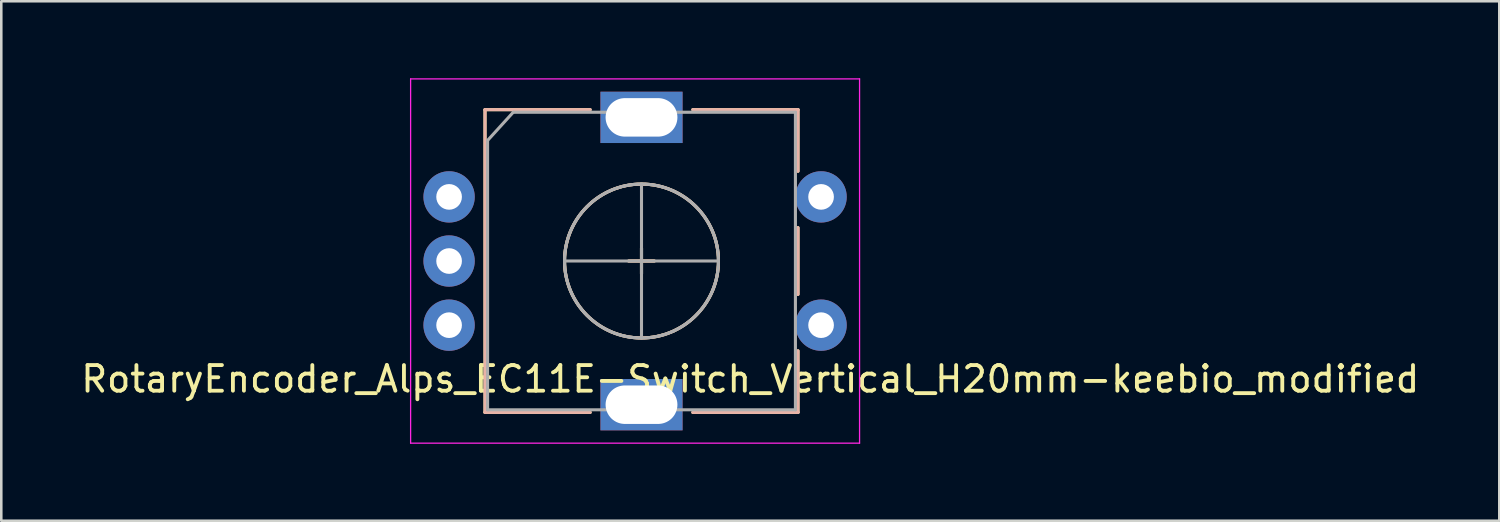
<source format=kicad_pcb>
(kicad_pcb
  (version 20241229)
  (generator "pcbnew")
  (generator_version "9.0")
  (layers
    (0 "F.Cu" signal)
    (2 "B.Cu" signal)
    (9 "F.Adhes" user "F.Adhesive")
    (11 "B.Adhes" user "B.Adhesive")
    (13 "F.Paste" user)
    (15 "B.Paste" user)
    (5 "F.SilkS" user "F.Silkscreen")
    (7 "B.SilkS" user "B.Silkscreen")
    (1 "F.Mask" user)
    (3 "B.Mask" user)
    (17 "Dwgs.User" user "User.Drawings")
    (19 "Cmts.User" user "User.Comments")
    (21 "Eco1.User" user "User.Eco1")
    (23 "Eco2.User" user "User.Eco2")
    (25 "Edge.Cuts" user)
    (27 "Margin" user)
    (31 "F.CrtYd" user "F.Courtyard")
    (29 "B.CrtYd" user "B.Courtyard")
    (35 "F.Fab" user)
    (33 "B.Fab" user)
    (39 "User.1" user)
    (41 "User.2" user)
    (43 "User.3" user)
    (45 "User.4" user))
  (footprint "RotaryEncoder_Alps_EC11E-Switch_Vertical_H20mm-keebio_modified"
    (layer "F.Cu")
    (at 21.956 7.125)
    (property "Reference" "RotaryEncoder_Alps_EC11E-Switch_Vertical_H20mm-keebio_modified" (at 4.24 4.6 0) (layer "F.SilkS") (effects (font (size 1 1) (thickness 0.15))))
    (attr through_hole)
    (fp_line (start -6.1 -5.9) (end -6.1 5.9) (stroke (width 0.12) (type solid)) (layer "F.SilkS"))
    (fp_line (start -2 -5.9) (end -6.1 -5.9) (stroke (width 0.12) (type solid)) (layer "F.SilkS"))
    (fp_line (start -2 5.9) (end -6.1 5.9) (stroke (width 0.12) (type solid)) (layer "F.SilkS"))
    (fp_line (start -0.5 0) (end 0.5 0) (stroke (width 0.12) (type solid)) (layer "F.SilkS"))
    (fp_line (start 0 -0.5) (end 0 0.5) (stroke (width 0.12) (type solid)) (layer "F.SilkS"))
    (fp_line (start 2 -5.9) (end 6.1 -5.9) (stroke (width 0.12) (type solid)) (layer "F.SilkS"))
    (fp_line (start 6.1 -5.9) (end 6.1 -3.5) (stroke (width 0.12) (type solid)) (layer "F.SilkS"))
    (fp_line (start 6.1 -1.3) (end 6.1 1.3) (stroke (width 0.12) (type solid)) (layer "F.SilkS"))
    (fp_line (start 6.1 3.5) (end 6.1 5.9) (stroke (width 0.12) (type solid)) (layer "F.SilkS"))
    (fp_line (start 6.1 5.9) (end 2 5.9) (stroke (width 0.12) (type solid)) (layer "F.SilkS"))
    (fp_circle (center 0 0) (end 3 0) (stroke (width 0.12) (type solid)) (fill no) (layer "F.SilkS"))
    (fp_line (start -6.1 -5.9) (end -6.1 5.9) (stroke (width 0.12) (type solid)) (layer "B.SilkS"))
    (fp_line (start -2 -5.9) (end -6.1 -5.9) (stroke (width 0.12) (type solid)) (layer "B.SilkS"))
    (fp_line (start -2 5.9) (end -6.1 5.9) (stroke (width 0.12) (type solid)) (layer "B.SilkS"))
    (fp_line (start -0.5 0) (end 0.5 0) (stroke (width 0.12) (type solid)) (layer "B.SilkS"))
    (fp_line (start 0 -0.5) (end 0 0.5) (stroke (width 0.12) (type solid)) (layer "B.SilkS"))
    (fp_line (start 2 -5.9) (end 6.1 -5.9) (stroke (width 0.12) (type solid)) (layer "B.SilkS"))
    (fp_line (start 6.1 -5.9) (end 6.1 -3.5) (stroke (width 0.12) (type solid)) (layer "B.SilkS"))
    (fp_line (start 6.1 -1.3) (end 6.1 1.3) (stroke (width 0.12) (type solid)) (layer "B.SilkS"))
    (fp_line (start 6.1 3.5) (end 6.1 5.9) (stroke (width 0.12) (type solid)) (layer "B.SilkS"))
    (fp_line (start 6.1 5.9) (end 2 5.9) (stroke (width 0.12) (type solid)) (layer "B.SilkS"))
    (fp_circle (center 0 0) (end 3 0) (stroke (width 0.12) (type solid)) (fill no) (layer "B.SilkS"))
    (fp_line (start -9 -7.1) (end -9 7.1) (stroke (width 0.05) (type solid)) (layer "F.CrtYd"))
    (fp_line (start -9 -7.1) (end 8.5 -7.1) (stroke (width 0.05) (type solid)) (layer "F.CrtYd"))
    (fp_line (start 8.5 7.1) (end -9 7.1) (stroke (width 0.05) (type solid)) (layer "F.CrtYd"))
    (fp_line (start 8.5 7.1) (end 8.5 -7.1) (stroke (width 0.05) (type solid)) (layer "F.CrtYd"))
    (fp_line (start -6 -4.7) (end -5 -5.8) (stroke (width 0.12) (type solid)) (layer "F.Fab"))
    (fp_line (start -6 5.8) (end -6 -4.7) (stroke (width 0.12) (type solid)) (layer "F.Fab"))
    (fp_line (start -5 -5.8) (end 6 -5.8) (stroke (width 0.12) (type solid)) (layer "F.Fab"))
    (fp_line (start -3 0) (end 3 0) (stroke (width 0.12) (type solid)) (layer "F.Fab"))
    (fp_line (start 0 -3) (end 0 3) (stroke (width 0.12) (type solid)) (layer "F.Fab"))
    (fp_line (start 6 -5.8) (end 6 5.8) (stroke (width 0.12) (type solid)) (layer "F.Fab"))
    (fp_line (start 6 5.8) (end -6 5.8) (stroke (width 0.12) (type solid)) (layer "F.Fab"))
    (fp_circle (center 0 0) (end 3 0) (stroke (width 0.12) (type solid)) (fill no) (layer "F.Fab"))
    (pad "A" thru_hole circle (at -7.5 -2.5) (size 2 2) (drill 1) (layers "*.Cu" "*.Mask"))
    (pad "B" thru_hole circle (at -7.5 2.5) (size 2 2) (drill 1) (layers "*.Cu" "*.Mask"))
    (pad "C" thru_hole circle (at -7.5 0) (size 2 2) (drill 1) (layers "*.Cu" "*.Mask"))
    (pad "MP" thru_hole rect (at 0 -5.6) (size 3.2 2) (drill oval 2.8 1.5) (layers "*.Cu" "*.Mask"))
    (pad "MP" thru_hole rect (at 0 5.6) (size 3.2 2) (drill oval 2.8 1.5) (layers "*.Cu" "*.Mask"))
    (pad "S1" thru_hole circle (at 7 -2.5) (size 2 2) (drill 1) (layers "*.Cu" "*.Mask"))
    (pad "S2" thru_hole circle (at 7 2.5) (size 2 2) (drill 1) (layers "*.Cu" "*.Mask")))
  (gr_rect
    (start -3 -3)
    (end 55.393 17.25)
    (stroke (width 0.1) (type default))
    (fill no)
    (layer "Edge.Cuts")))
</source>
